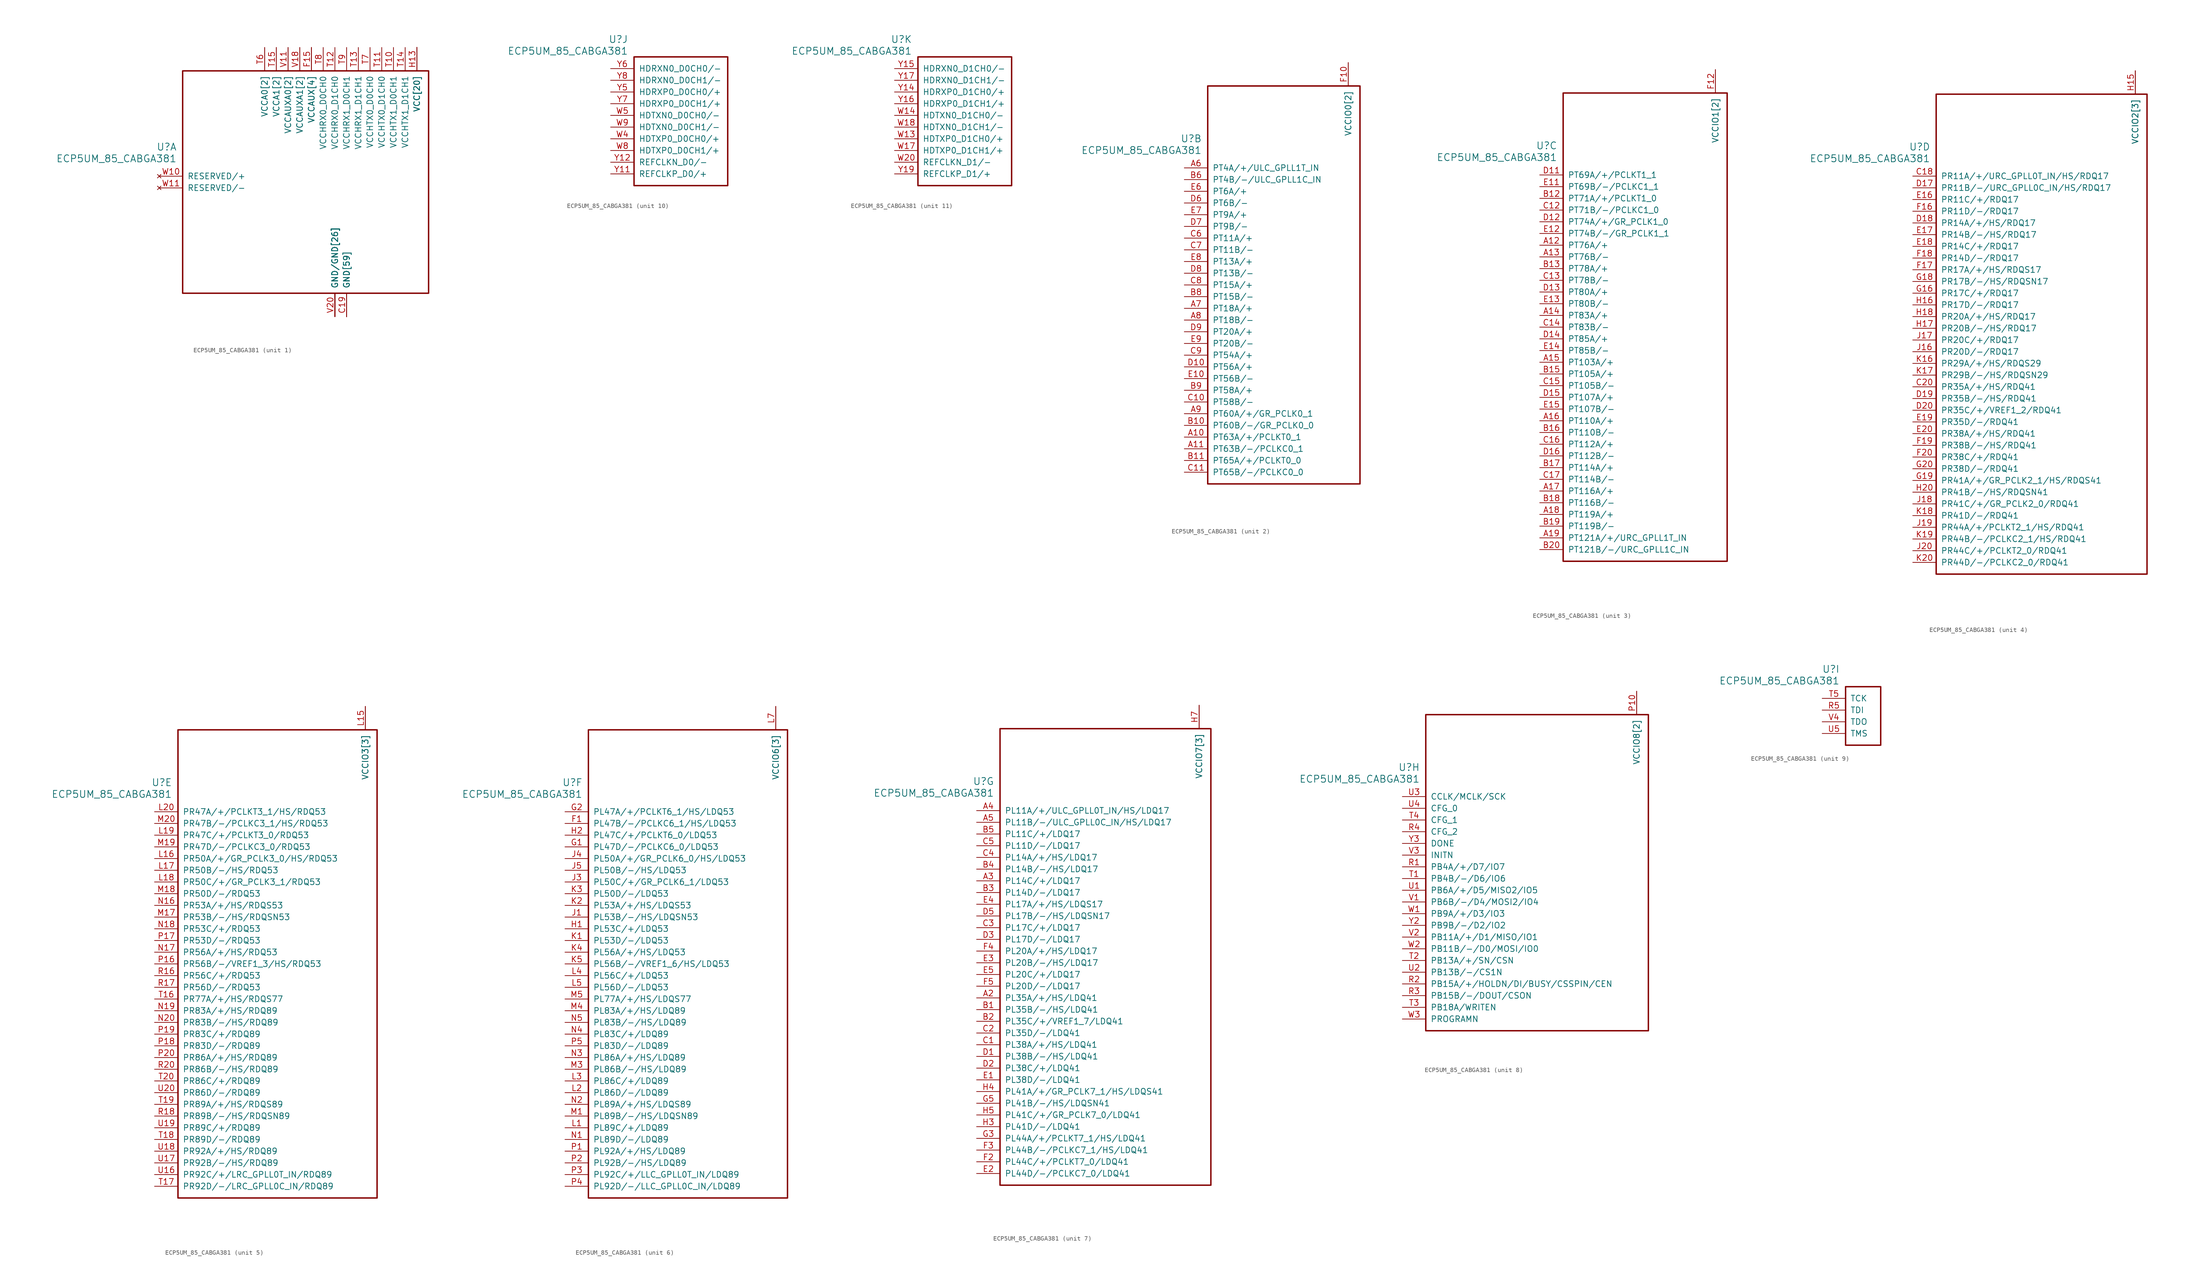
<source format=kicad_sym>
(kicad_symbol_lib
  (version 20241209)
  (generator "kicad_symbol_editor")
  (generator_version "9.0")
  (symbol "ECP5UM_85_CABGA381"
    (pin_names
      (offset 1.016))
    (property "Reference" "U"
      (at 3.81 6.35 0)
      (effects (font (size 1.524 1.524)) (justify right)))
    (property "Value" "ECP5UM_85_CABGA381"
      (at 3.81 3.81 0)
      (effects (font (size 1.524 1.524)) (justify right)))
    (property "ki_locked" ""
      (at 0 0 0)
      (effects (font (size 1.27 1.27))))
    (symbol "ECP5UM_85_CABGA381_1_1"
      (rectangle (start 5.08 22.86) (end 58.42 -25.4) (stroke (width 0.305) (type solid)) (fill (type none)))
      (pin no_connect line (at 0 0 0) (length 5.08) (name "RESERVED/+" (effects (font (size 1.27 1.27)))) (number "W10" (effects (font (size 1.27 1.27)))))
      (pin no_connect line (at 0 -2.54 0) (length 5.08) (name "RESERVED/-" (effects (font (size 1.27 1.27)))) (number "W11" (effects (font (size 1.27 1.27)))))
      (pin power_in line (at 22.86 27.94 270) (length 5.08) (name "VCCA0[2]" (effects (font (size 1.27 1.27)))) (number "T6" (effects (font (size 1.27 1.27)))))
      (pin power_in line (at 22.86 27.94 270) (length 5.08) (name "VCCA0[2]" (effects (font (size 1.27 1.27)))) (number "U6" (effects (font (size 0 0)))))
      (pin power_in line (at 25.4 27.94 270) (length 5.08) (name "VCCA1[2]" (effects (font (size 1.27 1.27)))) (number "T15" (effects (font (size 1.27 1.27)))))
      (pin power_in line (at 25.4 27.94 270) (length 5.08) (name "VCCA1[2]" (effects (font (size 1.27 1.27)))) (number "U15" (effects (font (size 0 0)))))
      (pin power_in line (at 27.94 27.94 270) (length 5.08) (name "VCCAUXA0[2]" (effects (font (size 1.27 1.27)))) (number "V10" (effects (font (size 0 0)))))
      (pin power_in line (at 27.94 27.94 270) (length 5.08) (name "VCCAUXA0[2]" (effects (font (size 1.27 1.27)))) (number "V11" (effects (font (size 1.27 1.27)))))
      (pin power_in line (at 30.48 27.94 270) (length 5.08) (name "VCCAUXA1[2]" (effects (font (size 1.27 1.27)))) (number "V17" (effects (font (size 0 0)))))
      (pin power_in line (at 30.48 27.94 270) (length 5.08) (name "VCCAUXA1[2]" (effects (font (size 1.27 1.27)))) (number "V18" (effects (font (size 1.27 1.27)))))
      (pin power_in line (at 33.02 27.94 270) (length 5.08) (name "VCCAUX[4]" (effects (font (size 1.27 1.27)))) (number "F15" (effects (font (size 1.27 1.27)))))
      (pin power_in line (at 33.02 27.94 270) (length 5.08) (name "VCCAUX[4]" (effects (font (size 1.27 1.27)))) (number "F6" (effects (font (size 0 0)))))
      (pin power_in line (at 33.02 27.94 270) (length 5.08) (name "VCCAUX[4]" (effects (font (size 1.27 1.27)))) (number "P15" (effects (font (size 0 0)))))
      (pin power_in line (at 33.02 27.94 270) (length 5.08) (name "VCCAUX[4]" (effects (font (size 1.27 1.27)))) (number "P6" (effects (font (size 0 0)))))
      (pin power_in line (at 35.56 27.94 270) (length 5.08) (name "VCCHRX0_D0CH0" (effects (font (size 1.27 1.27)))) (number "T8" (effects (font (size 1.27 1.27)))))
      (pin power_in line (at 38.1 27.94 270) (length 5.08) (name "VCCHRX0_D1CH0" (effects (font (size 1.27 1.27)))) (number "T12" (effects (font (size 1.27 1.27)))))
      (pin power_in line (at 38.1 -30.48 90) (length 5.08) (name "GND/GND[26]" (effects (font (size 1.27 1.27)))) (number "U10" (effects (font (size 0 0)))))
      (pin power_in line (at 38.1 -30.48 90) (length 5.08) (name "GND/GND[26]" (effects (font (size 1.27 1.27)))) (number "U11" (effects (font (size 0 0)))))
      (pin power_in line (at 38.1 -30.48 90) (length 5.08) (name "GND/GND[26]" (effects (font (size 1.27 1.27)))) (number "U12" (effects (font (size 0 0)))))
      (pin power_in line (at 38.1 -30.48 90) (length 5.08) (name "GND/GND[26]" (effects (font (size 1.27 1.27)))) (number "U13" (effects (font (size 0 0)))))
      (pin power_in line (at 38.1 -30.48 90) (length 5.08) (name "GND/GND[26]" (effects (font (size 1.27 1.27)))) (number "U14" (effects (font (size 0 0)))))
      (pin power_in line (at 38.1 -30.48 90) (length 5.08) (name "GND/GND[26]" (effects (font (size 1.27 1.27)))) (number "U7" (effects (font (size 0 0)))))
      (pin power_in line (at 38.1 -30.48 90) (length 5.08) (name "GND/GND[26]" (effects (font (size 1.27 1.27)))) (number "U8" (effects (font (size 0 0)))))
      (pin power_in line (at 38.1 -30.48 90) (length 5.08) (name "GND/GND[26]" (effects (font (size 1.27 1.27)))) (number "U9" (effects (font (size 0 0)))))
      (pin power_in line (at 38.1 -30.48 90) (length 5.08) (name "GND/GND[26]" (effects (font (size 1.27 1.27)))) (number "V12" (effects (font (size 0 0)))))
      (pin power_in line (at 38.1 -30.48 90) (length 5.08) (name "GND/GND[26]" (effects (font (size 1.27 1.27)))) (number "V13" (effects (font (size 0 0)))))
      (pin power_in line (at 38.1 -30.48 90) (length 5.08) (name "GND/GND[26]" (effects (font (size 1.27 1.27)))) (number "V14" (effects (font (size 0 0)))))
      (pin power_in line (at 38.1 -30.48 90) (length 5.08) (name "GND/GND[26]" (effects (font (size 1.27 1.27)))) (number "V15" (effects (font (size 0 0)))))
      (pin power_in line (at 38.1 -30.48 90) (length 5.08) (name "GND/GND[26]" (effects (font (size 1.27 1.27)))) (number "V16" (effects (font (size 0 0)))))
      (pin power_in line (at 38.1 -30.48 90) (length 5.08) (name "GND/GND[26]" (effects (font (size 1.27 1.27)))) (number "V19" (effects (font (size 0 0)))))
      (pin power_in line (at 38.1 -30.48 90) (length 5.08) (name "GND/GND[26]" (effects (font (size 1.27 1.27)))) (number "V20" (effects (font (size 1.27 1.27)))))
      (pin power_in line (at 38.1 -30.48 90) (length 5.08) (name "GND/GND[26]" (effects (font (size 1.27 1.27)))) (number "V5" (effects (font (size 0 0)))))
      (pin power_in line (at 38.1 -30.48 90) (length 5.08) (name "GND/GND[26]" (effects (font (size 1.27 1.27)))) (number "V6" (effects (font (size 0 0)))))
      (pin power_in line (at 38.1 -30.48 90) (length 5.08) (name "GND/GND[26]" (effects (font (size 1.27 1.27)))) (number "V7" (effects (font (size 0 0)))))
      (pin power_in line (at 38.1 -30.48 90) (length 5.08) (name "GND/GND[26]" (effects (font (size 1.27 1.27)))) (number "V8" (effects (font (size 0 0)))))
      (pin power_in line (at 38.1 -30.48 90) (length 5.08) (name "GND/GND[26]" (effects (font (size 1.27 1.27)))) (number "V9" (effects (font (size 0 0)))))
      (pin power_in line (at 38.1 -30.48 90) (length 5.08) (name "GND/GND[26]" (effects (font (size 1.27 1.27)))) (number "W12" (effects (font (size 0 0)))))
      (pin power_in line (at 38.1 -30.48 90) (length 5.08) (name "GND/GND[26]" (effects (font (size 1.27 1.27)))) (number "W15" (effects (font (size 0 0)))))
      (pin power_in line (at 38.1 -30.48 90) (length 5.08) (name "GND/GND[26]" (effects (font (size 1.27 1.27)))) (number "W16" (effects (font (size 0 0)))))
      (pin power_in line (at 38.1 -30.48 90) (length 5.08) (name "GND/GND[26]" (effects (font (size 1.27 1.27)))) (number "W19" (effects (font (size 0 0)))))
      (pin power_in line (at 38.1 -30.48 90) (length 5.08) (name "GND/GND[26]" (effects (font (size 1.27 1.27)))) (number "W6" (effects (font (size 0 0)))))
      (pin power_in line (at 38.1 -30.48 90) (length 5.08) (name "GND/GND[26]" (effects (font (size 1.27 1.27)))) (number "W7" (effects (font (size 0 0)))))
      (pin power_in line (at 40.64 27.94 270) (length 5.08) (name "VCCHRX1_D0CH1" (effects (font (size 1.27 1.27)))) (number "T9" (effects (font (size 1.27 1.27)))))
      (pin power_in line (at 40.64 -30.48 90) (length 5.08) (name "GND[59]" (effects (font (size 1.27 1.27)))) (number "B14" (effects (font (size 0 0)))))
      (pin power_in line (at 40.64 -30.48 90) (length 5.08) (name "GND[59]" (effects (font (size 1.27 1.27)))) (number "B7" (effects (font (size 0 0)))))
      (pin power_in line (at 40.64 -30.48 90) (length 5.08) (name "GND[59]" (effects (font (size 1.27 1.27)))) (number "C19" (effects (font (size 1.27 1.27)))))
      (pin power_in line (at 40.64 -30.48 90) (length 5.08) (name "GND[59]" (effects (font (size 1.27 1.27)))) (number "D4" (effects (font (size 0 0)))))
      (pin power_in line (at 40.64 -30.48 90) (length 5.08) (name "GND[59]" (effects (font (size 1.27 1.27)))) (number "F13" (effects (font (size 0 0)))))
      (pin power_in line (at 40.64 -30.48 90) (length 5.08) (name "GND[59]" (effects (font (size 1.27 1.27)))) (number "F14" (effects (font (size 0 0)))))
      (pin power_in line (at 40.64 -30.48 90) (length 5.08) (name "GND[59]" (effects (font (size 1.27 1.27)))) (number "F7" (effects (font (size 0 0)))))
      (pin power_in line (at 40.64 -30.48 90) (length 5.08) (name "GND[59]" (effects (font (size 1.27 1.27)))) (number "F8" (effects (font (size 0 0)))))
      (pin power_in line (at 40.64 -30.48 90) (length 5.08) (name "GND[59]" (effects (font (size 1.27 1.27)))) (number "G10" (effects (font (size 0 0)))))
      (pin power_in line (at 40.64 -30.48 90) (length 5.08) (name "GND[59]" (effects (font (size 1.27 1.27)))) (number "G11" (effects (font (size 0 0)))))
      (pin power_in line (at 40.64 -30.48 90) (length 5.08) (name "GND[59]" (effects (font (size 1.27 1.27)))) (number "G12" (effects (font (size 0 0)))))
      (pin power_in line (at 40.64 -30.48 90) (length 5.08) (name "GND[59]" (effects (font (size 1.27 1.27)))) (number "G13" (effects (font (size 0 0)))))
      (pin power_in line (at 40.64 -30.48 90) (length 5.08) (name "GND[59]" (effects (font (size 1.27 1.27)))) (number "G14" (effects (font (size 0 0)))))
      (pin power_in line (at 40.64 -30.48 90) (length 5.08) (name "GND[59]" (effects (font (size 1.27 1.27)))) (number "G15" (effects (font (size 0 0)))))
      (pin power_in line (at 40.64 -30.48 90) (length 5.08) (name "GND[59]" (effects (font (size 1.27 1.27)))) (number "G17" (effects (font (size 0 0)))))
      (pin power_in line (at 40.64 -30.48 90) (length 5.08) (name "GND[59]" (effects (font (size 1.27 1.27)))) (number "G4" (effects (font (size 0 0)))))
      (pin power_in line (at 40.64 -30.48 90) (length 5.08) (name "GND[59]" (effects (font (size 1.27 1.27)))) (number "G6" (effects (font (size 0 0)))))
      (pin power_in line (at 40.64 -30.48 90) (length 5.08) (name "GND[59]" (effects (font (size 1.27 1.27)))) (number "G7" (effects (font (size 0 0)))))
      (pin power_in line (at 40.64 -30.48 90) (length 5.08) (name "GND[59]" (effects (font (size 1.27 1.27)))) (number "G8" (effects (font (size 0 0)))))
      (pin power_in line (at 40.64 -30.48 90) (length 5.08) (name "GND[59]" (effects (font (size 1.27 1.27)))) (number "G9" (effects (font (size 0 0)))))
      (pin power_in line (at 40.64 -30.48 90) (length 5.08) (name "GND[59]" (effects (font (size 1.27 1.27)))) (number "H19" (effects (font (size 0 0)))))
      (pin power_in line (at 40.64 -30.48 90) (length 5.08) (name "GND[59]" (effects (font (size 1.27 1.27)))) (number "J10" (effects (font (size 0 0)))))
      (pin power_in line (at 40.64 -30.48 90) (length 5.08) (name "GND[59]" (effects (font (size 1.27 1.27)))) (number "J11" (effects (font (size 0 0)))))
      (pin power_in line (at 40.64 -30.48 90) (length 5.08) (name "GND[59]" (effects (font (size 1.27 1.27)))) (number "J12" (effects (font (size 0 0)))))
      (pin power_in line (at 40.64 -30.48 90) (length 5.08) (name "GND[59]" (effects (font (size 1.27 1.27)))) (number "J14" (effects (font (size 0 0)))))
      (pin power_in line (at 40.64 -30.48 90) (length 5.08) (name "GND[59]" (effects (font (size 1.27 1.27)))) (number "J2" (effects (font (size 0 0)))))
      (pin power_in line (at 40.64 -30.48 90) (length 5.08) (name "GND[59]" (effects (font (size 1.27 1.27)))) (number "J7" (effects (font (size 0 0)))))
      (pin power_in line (at 40.64 -30.48 90) (length 5.08) (name "GND[59]" (effects (font (size 1.27 1.27)))) (number "J9" (effects (font (size 0 0)))))
      (pin power_in line (at 40.64 -30.48 90) (length 5.08) (name "GND[59]" (effects (font (size 1.27 1.27)))) (number "K10" (effects (font (size 0 0)))))
      (pin power_in line (at 40.64 -30.48 90) (length 5.08) (name "GND[59]" (effects (font (size 1.27 1.27)))) (number "K11" (effects (font (size 0 0)))))
      (pin power_in line (at 40.64 -30.48 90) (length 5.08) (name "GND[59]" (effects (font (size 1.27 1.27)))) (number "K12" (effects (font (size 0 0)))))
      (pin power_in line (at 40.64 -30.48 90) (length 5.08) (name "GND[59]" (effects (font (size 1.27 1.27)))) (number "K14" (effects (font (size 0 0)))))
      (pin power_in line (at 40.64 -30.48 90) (length 5.08) (name "GND[59]" (effects (font (size 1.27 1.27)))) (number "K15" (effects (font (size 0 0)))))
      (pin power_in line (at 40.64 -30.48 90) (length 5.08) (name "GND[59]" (effects (font (size 1.27 1.27)))) (number "K6" (effects (font (size 0 0)))))
      (pin power_in line (at 40.64 -30.48 90) (length 5.08) (name "GND[59]" (effects (font (size 1.27 1.27)))) (number "K7" (effects (font (size 0 0)))))
      (pin power_in line (at 40.64 -30.48 90) (length 5.08) (name "GND[59]" (effects (font (size 1.27 1.27)))) (number "K9" (effects (font (size 0 0)))))
      (pin power_in line (at 40.64 -30.48 90) (length 5.08) (name "GND[59]" (effects (font (size 1.27 1.27)))) (number "L10" (effects (font (size 0 0)))))
      (pin power_in line (at 40.64 -30.48 90) (length 5.08) (name "GND[59]" (effects (font (size 1.27 1.27)))) (number "L11" (effects (font (size 0 0)))))
      (pin power_in line (at 40.64 -30.48 90) (length 5.08) (name "GND[59]" (effects (font (size 1.27 1.27)))) (number "L12" (effects (font (size 0 0)))))
      (pin power_in line (at 40.64 -30.48 90) (length 5.08) (name "GND[59]" (effects (font (size 1.27 1.27)))) (number "L9" (effects (font (size 0 0)))))
      (pin power_in line (at 40.64 -30.48 90) (length 5.08) (name "GND[59]" (effects (font (size 1.27 1.27)))) (number "M10" (effects (font (size 0 0)))))
      (pin power_in line (at 40.64 -30.48 90) (length 5.08) (name "GND[59]" (effects (font (size 1.27 1.27)))) (number "M11" (effects (font (size 0 0)))))
      (pin power_in line (at 40.64 -30.48 90) (length 5.08) (name "GND[59]" (effects (font (size 1.27 1.27)))) (number "M12" (effects (font (size 0 0)))))
      (pin power_in line (at 40.64 -30.48 90) (length 5.08) (name "GND[59]" (effects (font (size 1.27 1.27)))) (number "M14" (effects (font (size 0 0)))))
      (pin power_in line (at 40.64 -30.48 90) (length 5.08) (name "GND[59]" (effects (font (size 1.27 1.27)))) (number "M16" (effects (font (size 0 0)))))
      (pin power_in line (at 40.64 -30.48 90) (length 5.08) (name "GND[59]" (effects (font (size 1.27 1.27)))) (number "M2" (effects (font (size 0 0)))))
      (pin power_in line (at 40.64 -30.48 90) (length 5.08) (name "GND[59]" (effects (font (size 1.27 1.27)))) (number "M7" (effects (font (size 0 0)))))
      (pin power_in line (at 40.64 -30.48 90) (length 5.08) (name "GND[59]" (effects (font (size 1.27 1.27)))) (number "M9" (effects (font (size 0 0)))))
      (pin power_in line (at 40.64 -30.48 90) (length 5.08) (name "GND[59]" (effects (font (size 1.27 1.27)))) (number "N14" (effects (font (size 0 0)))))
      (pin power_in line (at 40.64 -30.48 90) (length 5.08) (name "GND[59]" (effects (font (size 1.27 1.27)))) (number "N15" (effects (font (size 0 0)))))
      (pin power_in line (at 40.64 -30.48 90) (length 5.08) (name "GND[59]" (effects (font (size 1.27 1.27)))) (number "N6" (effects (font (size 0 0)))))
      (pin power_in line (at 40.64 -30.48 90) (length 5.08) (name "GND[59]" (effects (font (size 1.27 1.27)))) (number "N7" (effects (font (size 0 0)))))
      (pin power_in line (at 40.64 -30.48 90) (length 5.08) (name "GND[59]" (effects (font (size 1.27 1.27)))) (number "P11" (effects (font (size 0 0)))))
      (pin power_in line (at 40.64 -30.48 90) (length 5.08) (name "GND[59]" (effects (font (size 1.27 1.27)))) (number "P12" (effects (font (size 0 0)))))
      (pin power_in line (at 40.64 -30.48 90) (length 5.08) (name "GND[59]" (effects (font (size 1.27 1.27)))) (number "P13" (effects (font (size 0 0)))))
      (pin power_in line (at 40.64 -30.48 90) (length 5.08) (name "GND[59]" (effects (font (size 1.27 1.27)))) (number "P14" (effects (font (size 0 0)))))
      (pin power_in line (at 40.64 -30.48 90) (length 5.08) (name "GND[59]" (effects (font (size 1.27 1.27)))) (number "P7" (effects (font (size 0 0)))))
      (pin power_in line (at 40.64 -30.48 90) (length 5.08) (name "GND[59]" (effects (font (size 1.27 1.27)))) (number "P8" (effects (font (size 0 0)))))
      (pin power_in line (at 40.64 -30.48 90) (length 5.08) (name "GND[59]" (effects (font (size 1.27 1.27)))) (number "R19" (effects (font (size 0 0)))))
      (pin power_in line (at 43.18 27.94 270) (length 5.08) (name "VCCHRX1_D1CH1" (effects (font (size 1.27 1.27)))) (number "T13" (effects (font (size 1.27 1.27)))))
      (pin power_in line (at 45.72 27.94 270) (length 5.08) (name "VCCHTX0_D0CH0" (effects (font (size 1.27 1.27)))) (number "T7" (effects (font (size 1.27 1.27)))))
      (pin power_in line (at 48.26 27.94 270) (length 5.08) (name "VCCHTX0_D1CH0" (effects (font (size 1.27 1.27)))) (number "T11" (effects (font (size 1.27 1.27)))))
      (pin power_in line (at 50.8 27.94 270) (length 5.08) (name "VCCHTX1_D0CH1" (effects (font (size 1.27 1.27)))) (number "T10" (effects (font (size 1.27 1.27)))))
      (pin power_in line (at 53.34 27.94 270) (length 5.08) (name "VCCHTX1_D1CH1" (effects (font (size 1.27 1.27)))) (number "T14" (effects (font (size 1.27 1.27)))))
      (pin power_in line (at 55.88 27.94 270) (length 5.08) (name "VCC[20]" (effects (font (size 1.27 1.27)))) (number "H10" (effects (font (size 0 0)))))
      (pin power_in line (at 55.88 27.94 270) (length 5.08) (name "VCC[20]" (effects (font (size 1.27 1.27)))) (number "H11" (effects (font (size 0 0)))))
      (pin power_in line (at 55.88 27.94 270) (length 5.08) (name "VCC[20]" (effects (font (size 1.27 1.27)))) (number "H12" (effects (font (size 0 0)))))
      (pin power_in line (at 55.88 27.94 270) (length 5.08) (name "VCC[20]" (effects (font (size 1.27 1.27)))) (number "H13" (effects (font (size 1.27 1.27)))))
      (pin power_in line (at 55.88 27.94 270) (length 5.08) (name "VCC[20]" (effects (font (size 1.27 1.27)))) (number "H8" (effects (font (size 0 0)))))
      (pin power_in line (at 55.88 27.94 270) (length 5.08) (name "VCC[20]" (effects (font (size 1.27 1.27)))) (number "H9" (effects (font (size 0 0)))))
      (pin power_in line (at 55.88 27.94 270) (length 5.08) (name "VCC[20]" (effects (font (size 1.27 1.27)))) (number "J13" (effects (font (size 0 0)))))
      (pin power_in line (at 55.88 27.94 270) (length 5.08) (name "VCC[20]" (effects (font (size 1.27 1.27)))) (number "J8" (effects (font (size 0 0)))))
      (pin power_in line (at 55.88 27.94 270) (length 5.08) (name "VCC[20]" (effects (font (size 1.27 1.27)))) (number "K13" (effects (font (size 0 0)))))
      (pin power_in line (at 55.88 27.94 270) (length 5.08) (name "VCC[20]" (effects (font (size 1.27 1.27)))) (number "K8" (effects (font (size 0 0)))))
      (pin power_in line (at 55.88 27.94 270) (length 5.08) (name "VCC[20]" (effects (font (size 1.27 1.27)))) (number "L13" (effects (font (size 0 0)))))
      (pin power_in line (at 55.88 27.94 270) (length 5.08) (name "VCC[20]" (effects (font (size 1.27 1.27)))) (number "L8" (effects (font (size 0 0)))))
      (pin power_in line (at 55.88 27.94 270) (length 5.08) (name "VCC[20]" (effects (font (size 1.27 1.27)))) (number "M13" (effects (font (size 0 0)))))
      (pin power_in line (at 55.88 27.94 270) (length 5.08) (name "VCC[20]" (effects (font (size 1.27 1.27)))) (number "M8" (effects (font (size 0 0)))))
      (pin power_in line (at 55.88 27.94 270) (length 5.08) (name "VCC[20]" (effects (font (size 1.27 1.27)))) (number "N10" (effects (font (size 0 0)))))
      (pin power_in line (at 55.88 27.94 270) (length 5.08) (name "VCC[20]" (effects (font (size 1.27 1.27)))) (number "N11" (effects (font (size 0 0)))))
      (pin power_in line (at 55.88 27.94 270) (length 5.08) (name "VCC[20]" (effects (font (size 1.27 1.27)))) (number "N12" (effects (font (size 0 0)))))
      (pin power_in line (at 55.88 27.94 270) (length 5.08) (name "VCC[20]" (effects (font (size 1.27 1.27)))) (number "N13" (effects (font (size 0 0)))))
      (pin power_in line (at 55.88 27.94 270) (length 5.08) (name "VCC[20]" (effects (font (size 1.27 1.27)))) (number "N8" (effects (font (size 0 0)))))
      (pin power_in line (at 55.88 27.94 270) (length 5.08) (name "VCC[20]" (effects (font (size 1.27 1.27)))) (number "N9" (effects (font (size 0 0))))))
    (symbol "ECP5UM_85_CABGA381_2_1"
      (rectangle (start 5.08 17.78) (end 38.1 -68.58) (stroke (width 0.305) (type solid)) (fill (type none)))
      (pin bidirectional line (at 0 0 0) (length 5.08) (name "PT4A/+/ULC_GPLL1T_IN" (effects (font (size 1.27 1.27)))) (number "A6" (effects (font (size 1.27 1.27)))))
      (pin bidirectional line (at 0 -2.54 0) (length 5.08) (name "PT4B/-/ULC_GPLL1C_IN" (effects (font (size 1.27 1.27)))) (number "B6" (effects (font (size 1.27 1.27)))))
      (pin bidirectional line (at 0 -5.08 0) (length 5.08) (name "PT6A/+" (effects (font (size 1.27 1.27)))) (number "E6" (effects (font (size 1.27 1.27)))))
      (pin bidirectional line (at 0 -7.62 0) (length 5.08) (name "PT6B/-" (effects (font (size 1.27 1.27)))) (number "D6" (effects (font (size 1.27 1.27)))))
      (pin bidirectional line (at 0 -10.16 0) (length 5.08) (name "PT9A/+" (effects (font (size 1.27 1.27)))) (number "E7" (effects (font (size 1.27 1.27)))))
      (pin bidirectional line (at 0 -12.7 0) (length 5.08) (name "PT9B/-" (effects (font (size 1.27 1.27)))) (number "D7" (effects (font (size 1.27 1.27)))))
      (pin bidirectional line (at 0 -15.24 0) (length 5.08) (name "PT11A/+" (effects (font (size 1.27 1.27)))) (number "C6" (effects (font (size 1.27 1.27)))))
      (pin bidirectional line (at 0 -17.78 0) (length 5.08) (name "PT11B/-" (effects (font (size 1.27 1.27)))) (number "C7" (effects (font (size 1.27 1.27)))))
      (pin bidirectional line (at 0 -20.32 0) (length 5.08) (name "PT13A/+" (effects (font (size 1.27 1.27)))) (number "E8" (effects (font (size 1.27 1.27)))))
      (pin bidirectional line (at 0 -22.86 0) (length 5.08) (name "PT13B/-" (effects (font (size 1.27 1.27)))) (number "D8" (effects (font (size 1.27 1.27)))))
      (pin bidirectional line (at 0 -25.4 0) (length 5.08) (name "PT15A/+" (effects (font (size 1.27 1.27)))) (number "C8" (effects (font (size 1.27 1.27)))))
      (pin bidirectional line (at 0 -27.94 0) (length 5.08) (name "PT15B/-" (effects (font (size 1.27 1.27)))) (number "B8" (effects (font (size 1.27 1.27)))))
      (pin bidirectional line (at 0 -30.48 0) (length 5.08) (name "PT18A/+" (effects (font (size 1.27 1.27)))) (number "A7" (effects (font (size 1.27 1.27)))))
      (pin bidirectional line (at 0 -33.02 0) (length 5.08) (name "PT18B/-" (effects (font (size 1.27 1.27)))) (number "A8" (effects (font (size 1.27 1.27)))))
      (pin bidirectional line (at 0 -35.56 0) (length 5.08) (name "PT20A/+" (effects (font (size 1.27 1.27)))) (number "D9" (effects (font (size 1.27 1.27)))))
      (pin bidirectional line (at 0 -38.1 0) (length 5.08) (name "PT20B/-" (effects (font (size 1.27 1.27)))) (number "E9" (effects (font (size 1.27 1.27)))))
      (pin bidirectional line (at 0 -40.64 0) (length 5.08) (name "PT54A/+" (effects (font (size 1.27 1.27)))) (number "C9" (effects (font (size 1.27 1.27)))))
      (pin bidirectional line (at 0 -43.18 0) (length 5.08) (name "PT56A/+" (effects (font (size 1.27 1.27)))) (number "D10" (effects (font (size 1.27 1.27)))))
      (pin bidirectional line (at 0 -45.72 0) (length 5.08) (name "PT56B/-" (effects (font (size 1.27 1.27)))) (number "E10" (effects (font (size 1.27 1.27)))))
      (pin bidirectional line (at 0 -48.26 0) (length 5.08) (name "PT58A/+" (effects (font (size 1.27 1.27)))) (number "B9" (effects (font (size 1.27 1.27)))))
      (pin bidirectional line (at 0 -50.8 0) (length 5.08) (name "PT58B/-" (effects (font (size 1.27 1.27)))) (number "C10" (effects (font (size 1.27 1.27)))))
      (pin bidirectional line (at 0 -53.34 0) (length 5.08) (name "PT60A/+/GR_PCLK0_1" (effects (font (size 1.27 1.27)))) (number "A9" (effects (font (size 1.27 1.27)))))
      (pin bidirectional line (at 0 -55.88 0) (length 5.08) (name "PT60B/-/GR_PCLK0_0" (effects (font (size 1.27 1.27)))) (number "B10" (effects (font (size 1.27 1.27)))))
      (pin bidirectional line (at 0 -58.42 0) (length 5.08) (name "PT63A/+/PCLKT0_1" (effects (font (size 1.27 1.27)))) (number "A10" (effects (font (size 1.27 1.27)))))
      (pin bidirectional line (at 0 -60.96 0) (length 5.08) (name "PT63B/-/PCLKC0_1" (effects (font (size 1.27 1.27)))) (number "A11" (effects (font (size 1.27 1.27)))))
      (pin bidirectional line (at 0 -63.5 0) (length 5.08) (name "PT65A/+/PCLKT0_0" (effects (font (size 1.27 1.27)))) (number "B11" (effects (font (size 1.27 1.27)))))
      (pin bidirectional line (at 0 -66.04 0) (length 5.08) (name "PT65B/-/PCLKC0_0" (effects (font (size 1.27 1.27)))) (number "C11" (effects (font (size 1.27 1.27)))))
      (pin power_in line (at 35.56 22.86 270) (length 5.08) (name "VCCIO0[2]" (effects (font (size 1.27 1.27)))) (number "F10" (effects (font (size 1.27 1.27)))))
      (pin power_in line (at 35.56 22.86 270) (length 5.08) (name "VCCIO0[2]" (effects (font (size 1.27 1.27)))) (number "F9" (effects (font (size 0 0))))))
    (symbol "ECP5UM_85_CABGA381_3_1"
      (rectangle (start 5.08 17.78) (end 40.64 -83.82) (stroke (width 0.305) (type solid)) (fill (type none)))
      (pin bidirectional line (at 0 0 0) (length 5.08) (name "PT69A/+/PCLKT1_1" (effects (font (size 1.27 1.27)))) (number "D11" (effects (font (size 1.27 1.27)))))
      (pin bidirectional line (at 0 -2.54 0) (length 5.08) (name "PT69B/-/PCLKC1_1" (effects (font (size 1.27 1.27)))) (number "E11" (effects (font (size 1.27 1.27)))))
      (pin bidirectional line (at 0 -5.08 0) (length 5.08) (name "PT71A/+/PCLKT1_0" (effects (font (size 1.27 1.27)))) (number "B12" (effects (font (size 1.27 1.27)))))
      (pin bidirectional line (at 0 -7.62 0) (length 5.08) (name "PT71B/-/PCLKC1_0" (effects (font (size 1.27 1.27)))) (number "C12" (effects (font (size 1.27 1.27)))))
      (pin bidirectional line (at 0 -10.16 0) (length 5.08) (name "PT74A/+/GR_PCLK1_0" (effects (font (size 1.27 1.27)))) (number "D12" (effects (font (size 1.27 1.27)))))
      (pin bidirectional line (at 0 -12.7 0) (length 5.08) (name "PT74B/-/GR_PCLK1_1" (effects (font (size 1.27 1.27)))) (number "E12" (effects (font (size 1.27 1.27)))))
      (pin bidirectional line (at 0 -15.24 0) (length 5.08) (name "PT76A/+" (effects (font (size 1.27 1.27)))) (number "A12" (effects (font (size 1.27 1.27)))))
      (pin bidirectional line (at 0 -17.78 0) (length 5.08) (name "PT76B/-" (effects (font (size 1.27 1.27)))) (number "A13" (effects (font (size 1.27 1.27)))))
      (pin bidirectional line (at 0 -20.32 0) (length 5.08) (name "PT78A/+" (effects (font (size 1.27 1.27)))) (number "B13" (effects (font (size 1.27 1.27)))))
      (pin bidirectional line (at 0 -22.86 0) (length 5.08) (name "PT78B/-" (effects (font (size 1.27 1.27)))) (number "C13" (effects (font (size 1.27 1.27)))))
      (pin bidirectional line (at 0 -25.4 0) (length 5.08) (name "PT80A/+" (effects (font (size 1.27 1.27)))) (number "D13" (effects (font (size 1.27 1.27)))))
      (pin bidirectional line (at 0 -27.94 0) (length 5.08) (name "PT80B/-" (effects (font (size 1.27 1.27)))) (number "E13" (effects (font (size 1.27 1.27)))))
      (pin bidirectional line (at 0 -30.48 0) (length 5.08) (name "PT83A/+" (effects (font (size 1.27 1.27)))) (number "A14" (effects (font (size 1.27 1.27)))))
      (pin bidirectional line (at 0 -33.02 0) (length 5.08) (name "PT83B/-" (effects (font (size 1.27 1.27)))) (number "C14" (effects (font (size 1.27 1.27)))))
      (pin bidirectional line (at 0 -35.56 0) (length 5.08) (name "PT85A/+" (effects (font (size 1.27 1.27)))) (number "D14" (effects (font (size 1.27 1.27)))))
      (pin bidirectional line (at 0 -38.1 0) (length 5.08) (name "PT85B/-" (effects (font (size 1.27 1.27)))) (number "E14" (effects (font (size 1.27 1.27)))))
      (pin bidirectional line (at 0 -40.64 0) (length 5.08) (name "PT103A/+" (effects (font (size 1.27 1.27)))) (number "A15" (effects (font (size 1.27 1.27)))))
      (pin bidirectional line (at 0 -43.18 0) (length 5.08) (name "PT105A/+" (effects (font (size 1.27 1.27)))) (number "B15" (effects (font (size 1.27 1.27)))))
      (pin bidirectional line (at 0 -45.72 0) (length 5.08) (name "PT105B/-" (effects (font (size 1.27 1.27)))) (number "C15" (effects (font (size 1.27 1.27)))))
      (pin bidirectional line (at 0 -48.26 0) (length 5.08) (name "PT107A/+" (effects (font (size 1.27 1.27)))) (number "D15" (effects (font (size 1.27 1.27)))))
      (pin bidirectional line (at 0 -50.8 0) (length 5.08) (name "PT107B/-" (effects (font (size 1.27 1.27)))) (number "E15" (effects (font (size 1.27 1.27)))))
      (pin bidirectional line (at 0 -53.34 0) (length 5.08) (name "PT110A/+" (effects (font (size 1.27 1.27)))) (number "A16" (effects (font (size 1.27 1.27)))))
      (pin bidirectional line (at 0 -55.88 0) (length 5.08) (name "PT110B/-" (effects (font (size 1.27 1.27)))) (number "B16" (effects (font (size 1.27 1.27)))))
      (pin bidirectional line (at 0 -58.42 0) (length 5.08) (name "PT112A/+" (effects (font (size 1.27 1.27)))) (number "C16" (effects (font (size 1.27 1.27)))))
      (pin bidirectional line (at 0 -60.96 0) (length 5.08) (name "PT112B/-" (effects (font (size 1.27 1.27)))) (number "D16" (effects (font (size 1.27 1.27)))))
      (pin bidirectional line (at 0 -63.5 0) (length 5.08) (name "PT114A/+" (effects (font (size 1.27 1.27)))) (number "B17" (effects (font (size 1.27 1.27)))))
      (pin bidirectional line (at 0 -66.04 0) (length 5.08) (name "PT114B/-" (effects (font (size 1.27 1.27)))) (number "C17" (effects (font (size 1.27 1.27)))))
      (pin bidirectional line (at 0 -68.58 0) (length 5.08) (name "PT116A/+" (effects (font (size 1.27 1.27)))) (number "A17" (effects (font (size 1.27 1.27)))))
      (pin bidirectional line (at 0 -71.12 0) (length 5.08) (name "PT116B/-" (effects (font (size 1.27 1.27)))) (number "B18" (effects (font (size 1.27 1.27)))))
      (pin bidirectional line (at 0 -73.66 0) (length 5.08) (name "PT119A/+" (effects (font (size 1.27 1.27)))) (number "A18" (effects (font (size 1.27 1.27)))))
      (pin bidirectional line (at 0 -76.2 0) (length 5.08) (name "PT119B/-" (effects (font (size 1.27 1.27)))) (number "B19" (effects (font (size 1.27 1.27)))))
      (pin bidirectional line (at 0 -78.74 0) (length 5.08) (name "PT121A/+/URC_GPLL1T_IN" (effects (font (size 1.27 1.27)))) (number "A19" (effects (font (size 1.27 1.27)))))
      (pin bidirectional line (at 0 -81.28 0) (length 5.08) (name "PT121B/-/URC_GPLL1C_IN" (effects (font (size 1.27 1.27)))) (number "B20" (effects (font (size 1.27 1.27)))))
      (pin power_in line (at 38.1 22.86 270) (length 5.08) (name "VCCIO1[2]" (effects (font (size 1.27 1.27)))) (number "F11" (effects (font (size 0 0)))))
      (pin power_in line (at 38.1 22.86 270) (length 5.08) (name "VCCIO1[2]" (effects (font (size 1.27 1.27)))) (number "F12" (effects (font (size 1.27 1.27))))))
    (symbol "ECP5UM_85_CABGA381_4_1"
      (rectangle (start 5.08 17.78) (end 50.8 -86.36) (stroke (width 0.305) (type solid)) (fill (type none)))
      (pin bidirectional line (at 0 0 0) (length 5.08) (name "PR11A/+/URC_GPLL0T_IN/HS/RDQ17" (effects (font (size 1.27 1.27)))) (number "C18" (effects (font (size 1.27 1.27)))))
      (pin bidirectional line (at 0 -2.54 0) (length 5.08) (name "PR11B/-/URC_GPLL0C_IN/HS/RDQ17" (effects (font (size 1.27 1.27)))) (number "D17" (effects (font (size 1.27 1.27)))))
      (pin bidirectional line (at 0 -5.08 0) (length 5.08) (name "PR11C/+/RDQ17" (effects (font (size 1.27 1.27)))) (number "E16" (effects (font (size 1.27 1.27)))))
      (pin bidirectional line (at 0 -7.62 0) (length 5.08) (name "PR11D/-/RDQ17" (effects (font (size 1.27 1.27)))) (number "F16" (effects (font (size 1.27 1.27)))))
      (pin bidirectional line (at 0 -10.16 0) (length 5.08) (name "PR14A/+/HS/RDQ17" (effects (font (size 1.27 1.27)))) (number "D18" (effects (font (size 1.27 1.27)))))
      (pin bidirectional line (at 0 -12.7 0) (length 5.08) (name "PR14B/-/HS/RDQ17" (effects (font (size 1.27 1.27)))) (number "E17" (effects (font (size 1.27 1.27)))))
      (pin bidirectional line (at 0 -15.24 0) (length 5.08) (name "PR14C/+/RDQ17" (effects (font (size 1.27 1.27)))) (number "E18" (effects (font (size 1.27 1.27)))))
      (pin bidirectional line (at 0 -17.78 0) (length 5.08) (name "PR14D/-/RDQ17" (effects (font (size 1.27 1.27)))) (number "F18" (effects (font (size 1.27 1.27)))))
      (pin bidirectional line (at 0 -20.32 0) (length 5.08) (name "PR17A/+/HS/RDQS17" (effects (font (size 1.27 1.27)))) (number "F17" (effects (font (size 1.27 1.27)))))
      (pin bidirectional line (at 0 -22.86 0) (length 5.08) (name "PR17B/-/HS/RDQSN17" (effects (font (size 1.27 1.27)))) (number "G18" (effects (font (size 1.27 1.27)))))
      (pin bidirectional line (at 0 -25.4 0) (length 5.08) (name "PR17C/+/RDQ17" (effects (font (size 1.27 1.27)))) (number "G16" (effects (font (size 1.27 1.27)))))
      (pin bidirectional line (at 0 -27.94 0) (length 5.08) (name "PR17D/-/RDQ17" (effects (font (size 1.27 1.27)))) (number "H16" (effects (font (size 1.27 1.27)))))
      (pin bidirectional line (at 0 -30.48 0) (length 5.08) (name "PR20A/+/HS/RDQ17" (effects (font (size 1.27 1.27)))) (number "H18" (effects (font (size 1.27 1.27)))))
      (pin bidirectional line (at 0 -33.02 0) (length 5.08) (name "PR20B/-/HS/RDQ17" (effects (font (size 1.27 1.27)))) (number "H17" (effects (font (size 1.27 1.27)))))
      (pin bidirectional line (at 0 -35.56 0) (length 5.08) (name "PR20C/+/RDQ17" (effects (font (size 1.27 1.27)))) (number "J17" (effects (font (size 1.27 1.27)))))
      (pin bidirectional line (at 0 -38.1 0) (length 5.08) (name "PR20D/-/RDQ17" (effects (font (size 1.27 1.27)))) (number "J16" (effects (font (size 1.27 1.27)))))
      (pin bidirectional line (at 0 -40.64 0) (length 5.08) (name "PR29A/+/HS/RDQS29" (effects (font (size 1.27 1.27)))) (number "K16" (effects (font (size 1.27 1.27)))))
      (pin bidirectional line (at 0 -43.18 0) (length 5.08) (name "PR29B/-/HS/RDQSN29" (effects (font (size 1.27 1.27)))) (number "K17" (effects (font (size 1.27 1.27)))))
      (pin bidirectional line (at 0 -45.72 0) (length 5.08) (name "PR35A/+/HS/RDQ41" (effects (font (size 1.27 1.27)))) (number "C20" (effects (font (size 1.27 1.27)))))
      (pin bidirectional line (at 0 -48.26 0) (length 5.08) (name "PR35B/-/HS/RDQ41" (effects (font (size 1.27 1.27)))) (number "D19" (effects (font (size 1.27 1.27)))))
      (pin bidirectional line (at 0 -50.8 0) (length 5.08) (name "PR35C/+/VREF1_2/RDQ41" (effects (font (size 1.27 1.27)))) (number "D20" (effects (font (size 1.27 1.27)))))
      (pin bidirectional line (at 0 -53.34 0) (length 5.08) (name "PR35D/-/RDQ41" (effects (font (size 1.27 1.27)))) (number "E19" (effects (font (size 1.27 1.27)))))
      (pin bidirectional line (at 0 -55.88 0) (length 5.08) (name "PR38A/+/HS/RDQ41" (effects (font (size 1.27 1.27)))) (number "E20" (effects (font (size 1.27 1.27)))))
      (pin bidirectional line (at 0 -58.42 0) (length 5.08) (name "PR38B/-/HS/RDQ41" (effects (font (size 1.27 1.27)))) (number "F19" (effects (font (size 1.27 1.27)))))
      (pin bidirectional line (at 0 -60.96 0) (length 5.08) (name "PR38C/+/RDQ41" (effects (font (size 1.27 1.27)))) (number "F20" (effects (font (size 1.27 1.27)))))
      (pin bidirectional line (at 0 -63.5 0) (length 5.08) (name "PR38D/-/RDQ41" (effects (font (size 1.27 1.27)))) (number "G20" (effects (font (size 1.27 1.27)))))
      (pin bidirectional line (at 0 -66.04 0) (length 5.08) (name "PR41A/+/GR_PCLK2_1/HS/RDQS41" (effects (font (size 1.27 1.27)))) (number "G19" (effects (font (size 1.27 1.27)))))
      (pin bidirectional line (at 0 -68.58 0) (length 5.08) (name "PR41B/-/HS/RDQSN41" (effects (font (size 1.27 1.27)))) (number "H20" (effects (font (size 1.27 1.27)))))
      (pin bidirectional line (at 0 -71.12 0) (length 5.08) (name "PR41C/+/GR_PCLK2_0/RDQ41" (effects (font (size 1.27 1.27)))) (number "J18" (effects (font (size 1.27 1.27)))))
      (pin bidirectional line (at 0 -73.66 0) (length 5.08) (name "PR41D/-/RDQ41" (effects (font (size 1.27 1.27)))) (number "K18" (effects (font (size 1.27 1.27)))))
      (pin bidirectional line (at 0 -76.2 0) (length 5.08) (name "PR44A/+/PCLKT2_1/HS/RDQ41" (effects (font (size 1.27 1.27)))) (number "J19" (effects (font (size 1.27 1.27)))))
      (pin bidirectional line (at 0 -78.74 0) (length 5.08) (name "PR44B/-/PCLKC2_1/HS/RDQ41" (effects (font (size 1.27 1.27)))) (number "K19" (effects (font (size 1.27 1.27)))))
      (pin bidirectional line (at 0 -81.28 0) (length 5.08) (name "PR44C/+/PCLKT2_0/RDQ41" (effects (font (size 1.27 1.27)))) (number "J20" (effects (font (size 1.27 1.27)))))
      (pin bidirectional line (at 0 -83.82 0) (length 5.08) (name "PR44D/-/PCLKC2_0/RDQ41" (effects (font (size 1.27 1.27)))) (number "K20" (effects (font (size 1.27 1.27)))))
      (pin power_in line (at 48.26 22.86 270) (length 5.08) (name "VCCIO2[3]" (effects (font (size 1.27 1.27)))) (number "H14" (effects (font (size 0 0)))))
      (pin power_in line (at 48.26 22.86 270) (length 5.08) (name "VCCIO2[3]" (effects (font (size 1.27 1.27)))) (number "H15" (effects (font (size 1.27 1.27)))))
      (pin power_in line (at 48.26 22.86 270) (length 5.08) (name "VCCIO2[3]" (effects (font (size 1.27 1.27)))) (number "J15" (effects (font (size 0 0))))))
    (symbol "ECP5UM_85_CABGA381_5_1"
      (rectangle (start 5.08 17.78) (end 48.26 -83.82) (stroke (width 0.305) (type solid)) (fill (type none)))
      (pin bidirectional line (at 0 0 0) (length 5.08) (name "PR47A/+/PCLKT3_1/HS/RDQ53" (effects (font (size 1.27 1.27)))) (number "L20" (effects (font (size 1.27 1.27)))))
      (pin bidirectional line (at 0 -2.54 0) (length 5.08) (name "PR47B/-/PCLKC3_1/HS/RDQ53" (effects (font (size 1.27 1.27)))) (number "M20" (effects (font (size 1.27 1.27)))))
      (pin bidirectional line (at 0 -5.08 0) (length 5.08) (name "PR47C/+/PCLKT3_0/RDQ53" (effects (font (size 1.27 1.27)))) (number "L19" (effects (font (size 1.27 1.27)))))
      (pin bidirectional line (at 0 -7.62 0) (length 5.08) (name "PR47D/-/PCLKC3_0/RDQ53" (effects (font (size 1.27 1.27)))) (number "M19" (effects (font (size 1.27 1.27)))))
      (pin bidirectional line (at 0 -10.16 0) (length 5.08) (name "PR50A/+/GR_PCLK3_0/HS/RDQ53" (effects (font (size 1.27 1.27)))) (number "L16" (effects (font (size 1.27 1.27)))))
      (pin bidirectional line (at 0 -12.7 0) (length 5.08) (name "PR50B/-/HS/RDQ53" (effects (font (size 1.27 1.27)))) (number "L17" (effects (font (size 1.27 1.27)))))
      (pin bidirectional line (at 0 -15.24 0) (length 5.08) (name "PR50C/+/GR_PCLK3_1/RDQ53" (effects (font (size 1.27 1.27)))) (number "L18" (effects (font (size 1.27 1.27)))))
      (pin bidirectional line (at 0 -17.78 0) (length 5.08) (name "PR50D/-/RDQ53" (effects (font (size 1.27 1.27)))) (number "M18" (effects (font (size 1.27 1.27)))))
      (pin bidirectional line (at 0 -20.32 0) (length 5.08) (name "PR53A/+/HS/RDQS53" (effects (font (size 1.27 1.27)))) (number "N16" (effects (font (size 1.27 1.27)))))
      (pin bidirectional line (at 0 -22.86 0) (length 5.08) (name "PR53B/-/HS/RDQSN53" (effects (font (size 1.27 1.27)))) (number "M17" (effects (font (size 1.27 1.27)))))
      (pin bidirectional line (at 0 -25.4 0) (length 5.08) (name "PR53C/+/RDQ53" (effects (font (size 1.27 1.27)))) (number "N18" (effects (font (size 1.27 1.27)))))
      (pin bidirectional line (at 0 -27.94 0) (length 5.08) (name "PR53D/-/RDQ53" (effects (font (size 1.27 1.27)))) (number "P17" (effects (font (size 1.27 1.27)))))
      (pin bidirectional line (at 0 -30.48 0) (length 5.08) (name "PR56A/+/HS/RDQ53" (effects (font (size 1.27 1.27)))) (number "N17" (effects (font (size 1.27 1.27)))))
      (pin bidirectional line (at 0 -33.02 0) (length 5.08) (name "PR56B/-/VREF1_3/HS/RDQ53" (effects (font (size 1.27 1.27)))) (number "P16" (effects (font (size 1.27 1.27)))))
      (pin bidirectional line (at 0 -35.56 0) (length 5.08) (name "PR56C/+/RDQ53" (effects (font (size 1.27 1.27)))) (number "R16" (effects (font (size 1.27 1.27)))))
      (pin bidirectional line (at 0 -38.1 0) (length 5.08) (name "PR56D/-/RDQ53" (effects (font (size 1.27 1.27)))) (number "R17" (effects (font (size 1.27 1.27)))))
      (pin bidirectional line (at 0 -40.64 0) (length 5.08) (name "PR77A/+/HS/RDQS77" (effects (font (size 1.27 1.27)))) (number "T16" (effects (font (size 1.27 1.27)))))
      (pin bidirectional line (at 0 -43.18 0) (length 5.08) (name "PR83A/+/HS/RDQ89" (effects (font (size 1.27 1.27)))) (number "N19" (effects (font (size 1.27 1.27)))))
      (pin bidirectional line (at 0 -45.72 0) (length 5.08) (name "PR83B/-/HS/RDQ89" (effects (font (size 1.27 1.27)))) (number "N20" (effects (font (size 1.27 1.27)))))
      (pin bidirectional line (at 0 -48.26 0) (length 5.08) (name "PR83C/+/RDQ89" (effects (font (size 1.27 1.27)))) (number "P19" (effects (font (size 1.27 1.27)))))
      (pin bidirectional line (at 0 -50.8 0) (length 5.08) (name "PR83D/-/RDQ89" (effects (font (size 1.27 1.27)))) (number "P18" (effects (font (size 1.27 1.27)))))
      (pin bidirectional line (at 0 -53.34 0) (length 5.08) (name "PR86A/+/HS/RDQ89" (effects (font (size 1.27 1.27)))) (number "P20" (effects (font (size 1.27 1.27)))))
      (pin bidirectional line (at 0 -55.88 0) (length 5.08) (name "PR86B/-/HS/RDQ89" (effects (font (size 1.27 1.27)))) (number "R20" (effects (font (size 1.27 1.27)))))
      (pin bidirectional line (at 0 -58.42 0) (length 5.08) (name "PR86C/+/RDQ89" (effects (font (size 1.27 1.27)))) (number "T20" (effects (font (size 1.27 1.27)))))
      (pin bidirectional line (at 0 -60.96 0) (length 5.08) (name "PR86D/-/RDQ89" (effects (font (size 1.27 1.27)))) (number "U20" (effects (font (size 1.27 1.27)))))
      (pin bidirectional line (at 0 -63.5 0) (length 5.08) (name "PR89A/+/HS/RDQS89" (effects (font (size 1.27 1.27)))) (number "T19" (effects (font (size 1.27 1.27)))))
      (pin bidirectional line (at 0 -66.04 0) (length 5.08) (name "PR89B/-/HS/RDQSN89" (effects (font (size 1.27 1.27)))) (number "R18" (effects (font (size 1.27 1.27)))))
      (pin bidirectional line (at 0 -68.58 0) (length 5.08) (name "PR89C/+/RDQ89" (effects (font (size 1.27 1.27)))) (number "U19" (effects (font (size 1.27 1.27)))))
      (pin bidirectional line (at 0 -71.12 0) (length 5.08) (name "PR89D/-/RDQ89" (effects (font (size 1.27 1.27)))) (number "T18" (effects (font (size 1.27 1.27)))))
      (pin bidirectional line (at 0 -73.66 0) (length 5.08) (name "PR92A/+/HS/RDQ89" (effects (font (size 1.27 1.27)))) (number "U18" (effects (font (size 1.27 1.27)))))
      (pin bidirectional line (at 0 -76.2 0) (length 5.08) (name "PR92B/-/HS/RDQ89" (effects (font (size 1.27 1.27)))) (number "U17" (effects (font (size 1.27 1.27)))))
      (pin bidirectional line (at 0 -78.74 0) (length 5.08) (name "PR92C/+/LRC_GPLL0T_IN/RDQ89" (effects (font (size 1.27 1.27)))) (number "U16" (effects (font (size 1.27 1.27)))))
      (pin bidirectional line (at 0 -81.28 0) (length 5.08) (name "PR92D/-/LRC_GPLL0C_IN/RDQ89" (effects (font (size 1.27 1.27)))) (number "T17" (effects (font (size 1.27 1.27)))))
      (pin power_in line (at 45.72 22.86 270) (length 5.08) (name "VCCIO3[3]" (effects (font (size 1.27 1.27)))) (number "L14" (effects (font (size 0 0)))))
      (pin power_in line (at 45.72 22.86 270) (length 5.08) (name "VCCIO3[3]" (effects (font (size 1.27 1.27)))) (number "L15" (effects (font (size 1.27 1.27)))))
      (pin power_in line (at 45.72 22.86 270) (length 5.08) (name "VCCIO3[3]" (effects (font (size 1.27 1.27)))) (number "M15" (effects (font (size 0 0))))))
    (symbol "ECP5UM_85_CABGA381_6_1"
      (rectangle (start 5.08 17.78) (end 48.26 -83.82) (stroke (width 0.305) (type solid)) (fill (type none)))
      (pin bidirectional line (at 0 0 0) (length 5.08) (name "PL47A/+/PCLKT6_1/HS/LDQ53" (effects (font (size 1.27 1.27)))) (number "G2" (effects (font (size 1.27 1.27)))))
      (pin bidirectional line (at 0 -2.54 0) (length 5.08) (name "PL47B/-/PCLKC6_1/HS/LDQ53" (effects (font (size 1.27 1.27)))) (number "F1" (effects (font (size 1.27 1.27)))))
      (pin bidirectional line (at 0 -5.08 0) (length 5.08) (name "PL47C/+/PCLKT6_0/LDQ53" (effects (font (size 1.27 1.27)))) (number "H2" (effects (font (size 1.27 1.27)))))
      (pin bidirectional line (at 0 -7.62 0) (length 5.08) (name "PL47D/-/PCLKC6_0/LDQ53" (effects (font (size 1.27 1.27)))) (number "G1" (effects (font (size 1.27 1.27)))))
      (pin bidirectional line (at 0 -10.16 0) (length 5.08) (name "PL50A/+/GR_PCLK6_0/HS/LDQ53" (effects (font (size 1.27 1.27)))) (number "J4" (effects (font (size 1.27 1.27)))))
      (pin bidirectional line (at 0 -12.7 0) (length 5.08) (name "PL50B/-/HS/LDQ53" (effects (font (size 1.27 1.27)))) (number "J5" (effects (font (size 1.27 1.27)))))
      (pin bidirectional line (at 0 -15.24 0) (length 5.08) (name "PL50C/+/GR_PCLK6_1/LDQ53" (effects (font (size 1.27 1.27)))) (number "J3" (effects (font (size 1.27 1.27)))))
      (pin bidirectional line (at 0 -17.78 0) (length 5.08) (name "PL50D/-/LDQ53" (effects (font (size 1.27 1.27)))) (number "K3" (effects (font (size 1.27 1.27)))))
      (pin bidirectional line (at 0 -20.32 0) (length 5.08) (name "PL53A/+/HS/LDQS53" (effects (font (size 1.27 1.27)))) (number "K2" (effects (font (size 1.27 1.27)))))
      (pin bidirectional line (at 0 -22.86 0) (length 5.08) (name "PL53B/-/HS/LDQSN53" (effects (font (size 1.27 1.27)))) (number "J1" (effects (font (size 1.27 1.27)))))
      (pin bidirectional line (at 0 -25.4 0) (length 5.08) (name "PL53C/+/LDQ53" (effects (font (size 1.27 1.27)))) (number "H1" (effects (font (size 1.27 1.27)))))
      (pin bidirectional line (at 0 -27.94 0) (length 5.08) (name "PL53D/-/LDQ53" (effects (font (size 1.27 1.27)))) (number "K1" (effects (font (size 1.27 1.27)))))
      (pin bidirectional line (at 0 -30.48 0) (length 5.08) (name "PL56A/+/HS/LDQ53" (effects (font (size 1.27 1.27)))) (number "K4" (effects (font (size 1.27 1.27)))))
      (pin bidirectional line (at 0 -33.02 0) (length 5.08) (name "PL56B/-/VREF1_6/HS/LDQ53" (effects (font (size 1.27 1.27)))) (number "K5" (effects (font (size 1.27 1.27)))))
      (pin bidirectional line (at 0 -35.56 0) (length 5.08) (name "PL56C/+/LDQ53" (effects (font (size 1.27 1.27)))) (number "L4" (effects (font (size 1.27 1.27)))))
      (pin bidirectional line (at 0 -38.1 0) (length 5.08) (name "PL56D/-/LDQ53" (effects (font (size 1.27 1.27)))) (number "L5" (effects (font (size 1.27 1.27)))))
      (pin bidirectional line (at 0 -40.64 0) (length 5.08) (name "PL77A/+/HS/LDQS77" (effects (font (size 1.27 1.27)))) (number "M5" (effects (font (size 1.27 1.27)))))
      (pin bidirectional line (at 0 -43.18 0) (length 5.08) (name "PL83A/+/HS/LDQ89" (effects (font (size 1.27 1.27)))) (number "M4" (effects (font (size 1.27 1.27)))))
      (pin bidirectional line (at 0 -45.72 0) (length 5.08) (name "PL83B/-/HS/LDQ89" (effects (font (size 1.27 1.27)))) (number "N5" (effects (font (size 1.27 1.27)))))
      (pin bidirectional line (at 0 -48.26 0) (length 5.08) (name "PL83C/+/LDQ89" (effects (font (size 1.27 1.27)))) (number "N4" (effects (font (size 1.27 1.27)))))
      (pin bidirectional line (at 0 -50.8 0) (length 5.08) (name "PL83D/-/LDQ89" (effects (font (size 1.27 1.27)))) (number "P5" (effects (font (size 1.27 1.27)))))
      (pin bidirectional line (at 0 -53.34 0) (length 5.08) (name "PL86A/+/HS/LDQ89" (effects (font (size 1.27 1.27)))) (number "N3" (effects (font (size 1.27 1.27)))))
      (pin bidirectional line (at 0 -55.88 0) (length 5.08) (name "PL86B/-/HS/LDQ89" (effects (font (size 1.27 1.27)))) (number "M3" (effects (font (size 1.27 1.27)))))
      (pin bidirectional line (at 0 -58.42 0) (length 5.08) (name "PL86C/+/LDQ89" (effects (font (size 1.27 1.27)))) (number "L3" (effects (font (size 1.27 1.27)))))
      (pin bidirectional line (at 0 -60.96 0) (length 5.08) (name "PL86D/-/LDQ89" (effects (font (size 1.27 1.27)))) (number "L2" (effects (font (size 1.27 1.27)))))
      (pin bidirectional line (at 0 -63.5 0) (length 5.08) (name "PL89A/+/HS/LDQS89" (effects (font (size 1.27 1.27)))) (number "N2" (effects (font (size 1.27 1.27)))))
      (pin bidirectional line (at 0 -66.04 0) (length 5.08) (name "PL89B/-/HS/LDQSN89" (effects (font (size 1.27 1.27)))) (number "M1" (effects (font (size 1.27 1.27)))))
      (pin bidirectional line (at 0 -68.58 0) (length 5.08) (name "PL89C/+/LDQ89" (effects (font (size 1.27 1.27)))) (number "L1" (effects (font (size 1.27 1.27)))))
      (pin bidirectional line (at 0 -71.12 0) (length 5.08) (name "PL89D/-/LDQ89" (effects (font (size 1.27 1.27)))) (number "N1" (effects (font (size 1.27 1.27)))))
      (pin bidirectional line (at 0 -73.66 0) (length 5.08) (name "PL92A/+/HS/LDQ89" (effects (font (size 1.27 1.27)))) (number "P1" (effects (font (size 1.27 1.27)))))
      (pin bidirectional line (at 0 -76.2 0) (length 5.08) (name "PL92B/-/HS/LDQ89" (effects (font (size 1.27 1.27)))) (number "P2" (effects (font (size 1.27 1.27)))))
      (pin bidirectional line (at 0 -78.74 0) (length 5.08) (name "PL92C/+/LLC_GPLL0T_IN/LDQ89" (effects (font (size 1.27 1.27)))) (number "P3" (effects (font (size 1.27 1.27)))))
      (pin bidirectional line (at 0 -81.28 0) (length 5.08) (name "PL92D/-/LLC_GPLL0C_IN/LDQ89" (effects (font (size 1.27 1.27)))) (number "P4" (effects (font (size 1.27 1.27)))))
      (pin power_in line (at 45.72 22.86 270) (length 5.08) (name "VCCIO6[3]" (effects (font (size 1.27 1.27)))) (number "L6" (effects (font (size 0 0)))))
      (pin power_in line (at 45.72 22.86 270) (length 5.08) (name "VCCIO6[3]" (effects (font (size 1.27 1.27)))) (number "L7" (effects (font (size 1.27 1.27)))))
      (pin power_in line (at 45.72 22.86 270) (length 5.08) (name "VCCIO6[3]" (effects (font (size 1.27 1.27)))) (number "M6" (effects (font (size 0 0))))))
    (symbol "ECP5UM_85_CABGA381_7_1"
      (rectangle (start 5.08 17.78) (end 50.8 -81.28) (stroke (width 0.305) (type solid)) (fill (type none)))
      (pin bidirectional line (at 0 0 0) (length 5.08) (name "PL11A/+/ULC_GPLL0T_IN/HS/LDQ17" (effects (font (size 1.27 1.27)))) (number "A4" (effects (font (size 1.27 1.27)))))
      (pin bidirectional line (at 0 -2.54 0) (length 5.08) (name "PL11B/-/ULC_GPLL0C_IN/HS/LDQ17" (effects (font (size 1.27 1.27)))) (number "A5" (effects (font (size 1.27 1.27)))))
      (pin bidirectional line (at 0 -5.08 0) (length 5.08) (name "PL11C/+/LDQ17" (effects (font (size 1.27 1.27)))) (number "B5" (effects (font (size 1.27 1.27)))))
      (pin bidirectional line (at 0 -7.62 0) (length 5.08) (name "PL11D/-/LDQ17" (effects (font (size 1.27 1.27)))) (number "C5" (effects (font (size 1.27 1.27)))))
      (pin bidirectional line (at 0 -10.16 0) (length 5.08) (name "PL14A/+/HS/LDQ17" (effects (font (size 1.27 1.27)))) (number "C4" (effects (font (size 1.27 1.27)))))
      (pin bidirectional line (at 0 -12.7 0) (length 5.08) (name "PL14B/-/HS/LDQ17" (effects (font (size 1.27 1.27)))) (number "B4" (effects (font (size 1.27 1.27)))))
      (pin bidirectional line (at 0 -15.24 0) (length 5.08) (name "PL14C/+/LDQ17" (effects (font (size 1.27 1.27)))) (number "A3" (effects (font (size 1.27 1.27)))))
      (pin bidirectional line (at 0 -17.78 0) (length 5.08) (name "PL14D/-/LDQ17" (effects (font (size 1.27 1.27)))) (number "B3" (effects (font (size 1.27 1.27)))))
      (pin bidirectional line (at 0 -20.32 0) (length 5.08) (name "PL17A/+/HS/LDQS17" (effects (font (size 1.27 1.27)))) (number "E4" (effects (font (size 1.27 1.27)))))
      (pin bidirectional line (at 0 -22.86 0) (length 5.08) (name "PL17B/-/HS/LDQSN17" (effects (font (size 1.27 1.27)))) (number "D5" (effects (font (size 1.27 1.27)))))
      (pin bidirectional line (at 0 -25.4 0) (length 5.08) (name "PL17C/+/LDQ17" (effects (font (size 1.27 1.27)))) (number "C3" (effects (font (size 1.27 1.27)))))
      (pin bidirectional line (at 0 -27.94 0) (length 5.08) (name "PL17D/-/LDQ17" (effects (font (size 1.27 1.27)))) (number "D3" (effects (font (size 1.27 1.27)))))
      (pin bidirectional line (at 0 -30.48 0) (length 5.08) (name "PL20A/+/HS/LDQ17" (effects (font (size 1.27 1.27)))) (number "F4" (effects (font (size 1.27 1.27)))))
      (pin bidirectional line (at 0 -33.02 0) (length 5.08) (name "PL20B/-/HS/LDQ17" (effects (font (size 1.27 1.27)))) (number "E3" (effects (font (size 1.27 1.27)))))
      (pin bidirectional line (at 0 -35.56 0) (length 5.08) (name "PL20C/+/LDQ17" (effects (font (size 1.27 1.27)))) (number "E5" (effects (font (size 1.27 1.27)))))
      (pin bidirectional line (at 0 -38.1 0) (length 5.08) (name "PL20D/-/LDQ17" (effects (font (size 1.27 1.27)))) (number "F5" (effects (font (size 1.27 1.27)))))
      (pin bidirectional line (at 0 -40.64 0) (length 5.08) (name "PL35A/+/HS/LDQ41" (effects (font (size 1.27 1.27)))) (number "A2" (effects (font (size 1.27 1.27)))))
      (pin bidirectional line (at 0 -43.18 0) (length 5.08) (name "PL35B/-/HS/LDQ41" (effects (font (size 1.27 1.27)))) (number "B1" (effects (font (size 1.27 1.27)))))
      (pin bidirectional line (at 0 -45.72 0) (length 5.08) (name "PL35C/+/VREF1_7/LDQ41" (effects (font (size 1.27 1.27)))) (number "B2" (effects (font (size 1.27 1.27)))))
      (pin bidirectional line (at 0 -48.26 0) (length 5.08) (name "PL35D/-/LDQ41" (effects (font (size 1.27 1.27)))) (number "C2" (effects (font (size 1.27 1.27)))))
      (pin bidirectional line (at 0 -50.8 0) (length 5.08) (name "PL38A/+/HS/LDQ41" (effects (font (size 1.27 1.27)))) (number "C1" (effects (font (size 1.27 1.27)))))
      (pin bidirectional line (at 0 -53.34 0) (length 5.08) (name "PL38B/-/HS/LDQ41" (effects (font (size 1.27 1.27)))) (number "D1" (effects (font (size 1.27 1.27)))))
      (pin bidirectional line (at 0 -55.88 0) (length 5.08) (name "PL38C/+/LDQ41" (effects (font (size 1.27 1.27)))) (number "D2" (effects (font (size 1.27 1.27)))))
      (pin bidirectional line (at 0 -58.42 0) (length 5.08) (name "PL38D/-/LDQ41" (effects (font (size 1.27 1.27)))) (number "E1" (effects (font (size 1.27 1.27)))))
      (pin bidirectional line (at 0 -60.96 0) (length 5.08) (name "PL41A/+/GR_PCLK7_1/HS/LDQS41" (effects (font (size 1.27 1.27)))) (number "H4" (effects (font (size 1.27 1.27)))))
      (pin bidirectional line (at 0 -63.5 0) (length 5.08) (name "PL41B/-/HS/LDQSN41" (effects (font (size 1.27 1.27)))) (number "G5" (effects (font (size 1.27 1.27)))))
      (pin bidirectional line (at 0 -66.04 0) (length 5.08) (name "PL41C/+/GR_PCLK7_0/LDQ41" (effects (font (size 1.27 1.27)))) (number "H5" (effects (font (size 1.27 1.27)))))
      (pin bidirectional line (at 0 -68.58 0) (length 5.08) (name "PL41D/-/LDQ41" (effects (font (size 1.27 1.27)))) (number "H3" (effects (font (size 1.27 1.27)))))
      (pin bidirectional line (at 0 -71.12 0) (length 5.08) (name "PL44A/+/PCLKT7_1/HS/LDQ41" (effects (font (size 1.27 1.27)))) (number "G3" (effects (font (size 1.27 1.27)))))
      (pin bidirectional line (at 0 -73.66 0) (length 5.08) (name "PL44B/-/PCLKC7_1/HS/LDQ41" (effects (font (size 1.27 1.27)))) (number "F3" (effects (font (size 1.27 1.27)))))
      (pin bidirectional line (at 0 -76.2 0) (length 5.08) (name "PL44C/+/PCLKT7_0/LDQ41" (effects (font (size 1.27 1.27)))) (number "F2" (effects (font (size 1.27 1.27)))))
      (pin bidirectional line (at 0 -78.74 0) (length 5.08) (name "PL44D/-/PCLKC7_0/LDQ41" (effects (font (size 1.27 1.27)))) (number "E2" (effects (font (size 1.27 1.27)))))
      (pin power_in line (at 48.26 22.86 270) (length 5.08) (name "VCCIO7[3]" (effects (font (size 1.27 1.27)))) (number "H6" (effects (font (size 0 0)))))
      (pin power_in line (at 48.26 22.86 270) (length 5.08) (name "VCCIO7[3]" (effects (font (size 1.27 1.27)))) (number "H7" (effects (font (size 1.27 1.27)))))
      (pin power_in line (at 48.26 22.86 270) (length 5.08) (name "VCCIO7[3]" (effects (font (size 1.27 1.27)))) (number "J6" (effects (font (size 0 0))))))
    (symbol "ECP5UM_85_CABGA381_8_1"
      (rectangle (start 5.08 17.78) (end 53.34 -50.8) (stroke (width 0.305) (type solid)) (fill (type none)))
      (pin bidirectional line (at 0 0 0) (length 5.08) (name "CCLK/MCLK/SCK" (effects (font (size 1.27 1.27)))) (number "U3" (effects (font (size 1.27 1.27)))))
      (pin bidirectional line (at 0 -2.54 0) (length 5.08) (name "CFG_0" (effects (font (size 1.27 1.27)))) (number "U4" (effects (font (size 1.27 1.27)))))
      (pin bidirectional line (at 0 -5.08 0) (length 5.08) (name "CFG_1" (effects (font (size 1.27 1.27)))) (number "T4" (effects (font (size 1.27 1.27)))))
      (pin bidirectional line (at 0 -7.62 0) (length 5.08) (name "CFG_2" (effects (font (size 1.27 1.27)))) (number "R4" (effects (font (size 1.27 1.27)))))
      (pin bidirectional line (at 0 -10.16 0) (length 5.08) (name "DONE" (effects (font (size 1.27 1.27)))) (number "Y3" (effects (font (size 1.27 1.27)))))
      (pin bidirectional line (at 0 -12.7 0) (length 5.08) (name "INITN" (effects (font (size 1.27 1.27)))) (number "V3" (effects (font (size 1.27 1.27)))))
      (pin bidirectional line (at 0 -15.24 0) (length 5.08) (name "PB4A/+/D7/IO7" (effects (font (size 1.27 1.27)))) (number "R1" (effects (font (size 1.27 1.27)))))
      (pin bidirectional line (at 0 -17.78 0) (length 5.08) (name "PB4B/-/D6/IO6" (effects (font (size 1.27 1.27)))) (number "T1" (effects (font (size 1.27 1.27)))))
      (pin bidirectional line (at 0 -20.32 0) (length 5.08) (name "PB6A/+/D5/MISO2/IO5" (effects (font (size 1.27 1.27)))) (number "U1" (effects (font (size 1.27 1.27)))))
      (pin bidirectional line (at 0 -22.86 0) (length 5.08) (name "PB6B/-/D4/MOSI2/IO4" (effects (font (size 1.27 1.27)))) (number "V1" (effects (font (size 1.27 1.27)))))
      (pin bidirectional line (at 0 -25.4 0) (length 5.08) (name "PB9A/+/D3/IO3" (effects (font (size 1.27 1.27)))) (number "W1" (effects (font (size 1.27 1.27)))))
      (pin bidirectional line (at 0 -27.94 0) (length 5.08) (name "PB9B/-/D2/IO2" (effects (font (size 1.27 1.27)))) (number "Y2" (effects (font (size 1.27 1.27)))))
      (pin bidirectional line (at 0 -30.48 0) (length 5.08) (name "PB11A/+/D1/MISO/IO1" (effects (font (size 1.27 1.27)))) (number "V2" (effects (font (size 1.27 1.27)))))
      (pin bidirectional line (at 0 -33.02 0) (length 5.08) (name "PB11B/-/D0/MOSI/IO0" (effects (font (size 1.27 1.27)))) (number "W2" (effects (font (size 1.27 1.27)))))
      (pin bidirectional line (at 0 -35.56 0) (length 5.08) (name "PB13A/+/SN/CSN" (effects (font (size 1.27 1.27)))) (number "T2" (effects (font (size 1.27 1.27)))))
      (pin bidirectional line (at 0 -38.1 0) (length 5.08) (name "PB13B/-/CS1N" (effects (font (size 1.27 1.27)))) (number "U2" (effects (font (size 1.27 1.27)))))
      (pin bidirectional line (at 0 -40.64 0) (length 5.08) (name "PB15A/+/HOLDN/DI/BUSY/CSSPIN/CEN" (effects (font (size 1.27 1.27)))) (number "R2" (effects (font (size 1.27 1.27)))))
      (pin bidirectional line (at 0 -43.18 0) (length 5.08) (name "PB15B/-/DOUT/CSON" (effects (font (size 1.27 1.27)))) (number "R3" (effects (font (size 1.27 1.27)))))
      (pin bidirectional line (at 0 -45.72 0) (length 5.08) (name "PB18A/WRITEN" (effects (font (size 1.27 1.27)))) (number "T3" (effects (font (size 1.27 1.27)))))
      (pin bidirectional line (at 0 -48.26 0) (length 5.08) (name "PROGRAMN" (effects (font (size 1.27 1.27)))) (number "W3" (effects (font (size 1.27 1.27)))))
      (pin power_in line (at 50.8 22.86 270) (length 5.08) (name "VCCIO8[2]" (effects (font (size 1.27 1.27)))) (number "P10" (effects (font (size 1.27 1.27)))))
      (pin power_in line (at 50.8 22.86 270) (length 5.08) (name "VCCIO8[2]" (effects (font (size 1.27 1.27)))) (number "P9" (effects (font (size 0 0))))))
    (symbol "ECP5UM_85_CABGA381_9_1"
      (rectangle (start 5.08 2.54) (end 12.7 -10.16) (stroke (width 0.305) (type solid)) (fill (type none)))
      (pin bidirectional line (at 0 0 0) (length 5.08) (name "TCK" (effects (font (size 1.27 1.27)))) (number "T5" (effects (font (size 1.27 1.27)))))
      (pin bidirectional line (at 0 -2.54 0) (length 5.08) (name "TDI" (effects (font (size 1.27 1.27)))) (number "R5" (effects (font (size 1.27 1.27)))))
      (pin bidirectional line (at 0 -5.08 0) (length 5.08) (name "TDO" (effects (font (size 1.27 1.27)))) (number "V4" (effects (font (size 1.27 1.27)))))
      (pin bidirectional line (at 0 -7.62 0) (length 5.08) (name "TMS" (effects (font (size 1.27 1.27)))) (number "U5" (effects (font (size 1.27 1.27))))))
    (symbol "ECP5UM_85_CABGA381_10_1"
      (rectangle (start 5.08 2.54) (end 25.4 -25.4) (stroke (width 0.305) (type solid)) (fill (type none)))
      (pin bidirectional line (at 0 0 0) (length 5.08) (name "HDRXN0_D0CH0/-" (effects (font (size 1.27 1.27)))) (number "Y6" (effects (font (size 1.27 1.27)))))
      (pin bidirectional line (at 0 -2.54 0) (length 5.08) (name "HDRXN0_D0CH1/-" (effects (font (size 1.27 1.27)))) (number "Y8" (effects (font (size 1.27 1.27)))))
      (pin bidirectional line (at 0 -5.08 0) (length 5.08) (name "HDRXP0_D0CH0/+" (effects (font (size 1.27 1.27)))) (number "Y5" (effects (font (size 1.27 1.27)))))
      (pin bidirectional line (at 0 -7.62 0) (length 5.08) (name "HDRXP0_D0CH1/+" (effects (font (size 1.27 1.27)))) (number "Y7" (effects (font (size 1.27 1.27)))))
      (pin bidirectional line (at 0 -10.16 0) (length 5.08) (name "HDTXN0_D0CH0/-" (effects (font (size 1.27 1.27)))) (number "W5" (effects (font (size 1.27 1.27)))))
      (pin bidirectional line (at 0 -12.7 0) (length 5.08) (name "HDTXN0_D0CH1/-" (effects (font (size 1.27 1.27)))) (number "W9" (effects (font (size 1.27 1.27)))))
      (pin bidirectional line (at 0 -15.24 0) (length 5.08) (name "HDTXP0_D0CH0/+" (effects (font (size 1.27 1.27)))) (number "W4" (effects (font (size 1.27 1.27)))))
      (pin bidirectional line (at 0 -17.78 0) (length 5.08) (name "HDTXP0_D0CH1/+" (effects (font (size 1.27 1.27)))) (number "W8" (effects (font (size 1.27 1.27)))))
      (pin bidirectional line (at 0 -20.32 0) (length 5.08) (name "REFCLKN_D0/-" (effects (font (size 1.27 1.27)))) (number "Y12" (effects (font (size 1.27 1.27)))))
      (pin bidirectional line (at 0 -22.86 0) (length 5.08) (name "REFCLKP_D0/+" (effects (font (size 1.27 1.27)))) (number "Y11" (effects (font (size 1.27 1.27))))))
    (symbol "ECP5UM_85_CABGA381_11_1"
      (rectangle (start 5.08 2.54) (end 25.4 -25.4) (stroke (width 0.305) (type solid)) (fill (type none)))
      (pin bidirectional line (at 0 0 0) (length 5.08) (name "HDRXN0_D1CH0/-" (effects (font (size 1.27 1.27)))) (number "Y15" (effects (font (size 1.27 1.27)))))
      (pin bidirectional line (at 0 -2.54 0) (length 5.08) (name "HDRXN0_D1CH1/-" (effects (font (size 1.27 1.27)))) (number "Y17" (effects (font (size 1.27 1.27)))))
      (pin bidirectional line (at 0 -5.08 0) (length 5.08) (name "HDRXP0_D1CH0/+" (effects (font (size 1.27 1.27)))) (number "Y14" (effects (font (size 1.27 1.27)))))
      (pin bidirectional line (at 0 -7.62 0) (length 5.08) (name "HDRXP0_D1CH1/+" (effects (font (size 1.27 1.27)))) (number "Y16" (effects (font (size 1.27 1.27)))))
      (pin bidirectional line (at 0 -10.16 0) (length 5.08) (name "HDTXN0_D1CH0/-" (effects (font (size 1.27 1.27)))) (number "W14" (effects (font (size 1.27 1.27)))))
      (pin bidirectional line (at 0 -12.7 0) (length 5.08) (name "HDTXN0_D1CH1/-" (effects (font (size 1.27 1.27)))) (number "W18" (effects (font (size 1.27 1.27)))))
      (pin bidirectional line (at 0 -15.24 0) (length 5.08) (name "HDTXP0_D1CH0/+" (effects (font (size 1.27 1.27)))) (number "W13" (effects (font (size 1.27 1.27)))))
      (pin bidirectional line (at 0 -17.78 0) (length 5.08) (name "HDTXP0_D1CH1/+" (effects (font (size 1.27 1.27)))) (number "W17" (effects (font (size 1.27 1.27)))))
      (pin bidirectional line (at 0 -20.32 0) (length 5.08) (name "REFCLKN_D1/-" (effects (font (size 1.27 1.27)))) (number "W20" (effects (font (size 1.27 1.27)))))
      (pin bidirectional line (at 0 -22.86 0) (length 5.08) (name "REFCLKP_D1/+" (effects (font (size 1.27 1.27)))) (number "Y19" (effects (font (size 1.27 1.27))))))))
</source>
